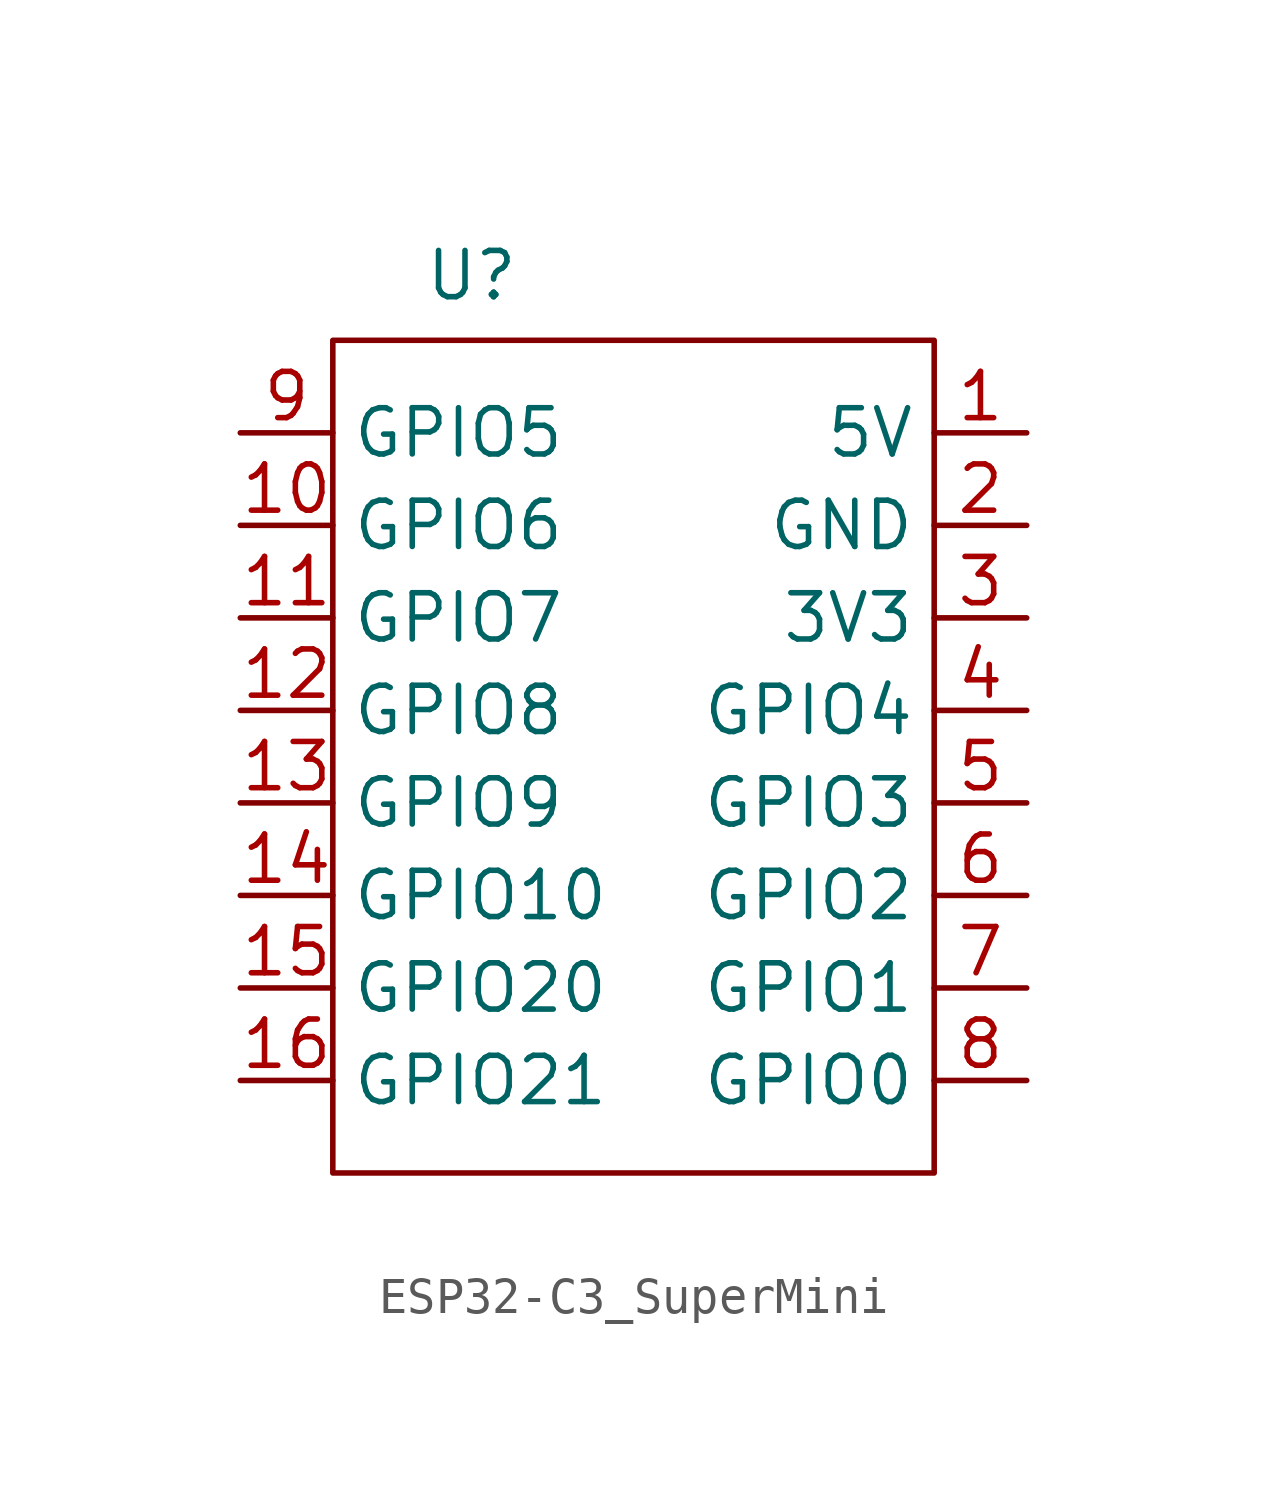
<source format=kicad_sym>
(kicad_symbol_lib
  (version 20231120)
  (generator "kicad_symbol_editor")
  (generator_version "8.0")
  (symbol "ESP32-C3_SuperMini"
    (property "Reference" "U"
      (at 0 13.208 0)
      (effects (font (size 1.27 1.27))))
    (property "Value" ""
      (at 0 0 0)
      (effects (font (size 1.27 1.27))))
    (symbol "ESP32-C3_SuperMini_0_1"
      (rectangle (start -3.81 11.43) (end 12.7 -11.43) (stroke (width 0) (type default)) (fill (type none))))
    (symbol "ESP32-C3_SuperMini_1_1"
      (pin power_out line (at 15.24 8.89 180) (length 2.54) (name "5V" (effects (font (size 1.27 1.27)))) (number "1" (effects (font (size 1.27 1.27)))))
      (pin bidirectional line (at -6.35 6.35 0) (length 2.54) (name "GPIO6" (effects (font (size 1.27 1.27)))) (number "10" (effects (font (size 1.27 1.27)))))
      (pin bidirectional line (at -6.35 3.81 0) (length 2.54) (name "GPIO7" (effects (font (size 1.27 1.27)))) (number "11" (effects (font (size 1.27 1.27)))))
      (pin bidirectional line (at -6.35 1.27 0) (length 2.54) (name "GPIO8" (effects (font (size 1.27 1.27)))) (number "12" (effects (font (size 1.27 1.27)))))
      (pin bidirectional line (at -6.35 -1.27 0) (length 2.54) (name "GPIO9" (effects (font (size 1.27 1.27)))) (number "13" (effects (font (size 1.27 1.27)))))
      (pin bidirectional line (at -6.35 -3.81 0) (length 2.54) (name "GPIO10" (effects (font (size 1.27 1.27)))) (number "14" (effects (font (size 1.27 1.27)))))
      (pin bidirectional line (at -6.35 -6.35 0) (length 2.54) (name "GPIO20" (effects (font (size 1.27 1.27)))) (number "15" (effects (font (size 1.27 1.27)))))
      (pin bidirectional line (at -6.35 -8.89 0) (length 2.54) (name "GPIO21" (effects (font (size 1.27 1.27)))) (number "16" (effects (font (size 1.27 1.27)))))
      (pin passive line (at 15.24 6.35 180) (length 2.54) (name "GND" (effects (font (size 1.27 1.27)))) (number "2" (effects (font (size 1.27 1.27)))))
      (pin power_in line (at 15.24 3.81 180) (length 2.54) (name "3V3" (effects (font (size 1.27 1.27)))) (number "3" (effects (font (size 1.27 1.27)))))
      (pin bidirectional line (at 15.24 1.27 180) (length 2.54) (name "GPIO4" (effects (font (size 1.27 1.27)))) (number "4" (effects (font (size 1.27 1.27)))))
      (pin bidirectional line (at 15.24 -1.27 180) (length 2.54) (name "GPIO3" (effects (font (size 1.27 1.27)))) (number "5" (effects (font (size 1.27 1.27)))))
      (pin bidirectional line (at 15.24 -3.81 180) (length 2.54) (name "GPIO2" (effects (font (size 1.27 1.27)))) (number "6" (effects (font (size 1.27 1.27)))))
      (pin bidirectional line (at 15.24 -6.35 180) (length 2.54) (name "GPIO1" (effects (font (size 1.27 1.27)))) (number "7" (effects (font (size 1.27 1.27)))))
      (pin bidirectional line (at 15.24 -8.89 180) (length 2.54) (name "GPIO0" (effects (font (size 1.27 1.27)))) (number "8" (effects (font (size 1.27 1.27)))))
      (pin bidirectional line (at -6.35 8.89 0) (length 2.54) (name "GPIO5" (effects (font (size 1.27 1.27)))) (number "9" (effects (font (size 1.27 1.27))))))))
</source>
